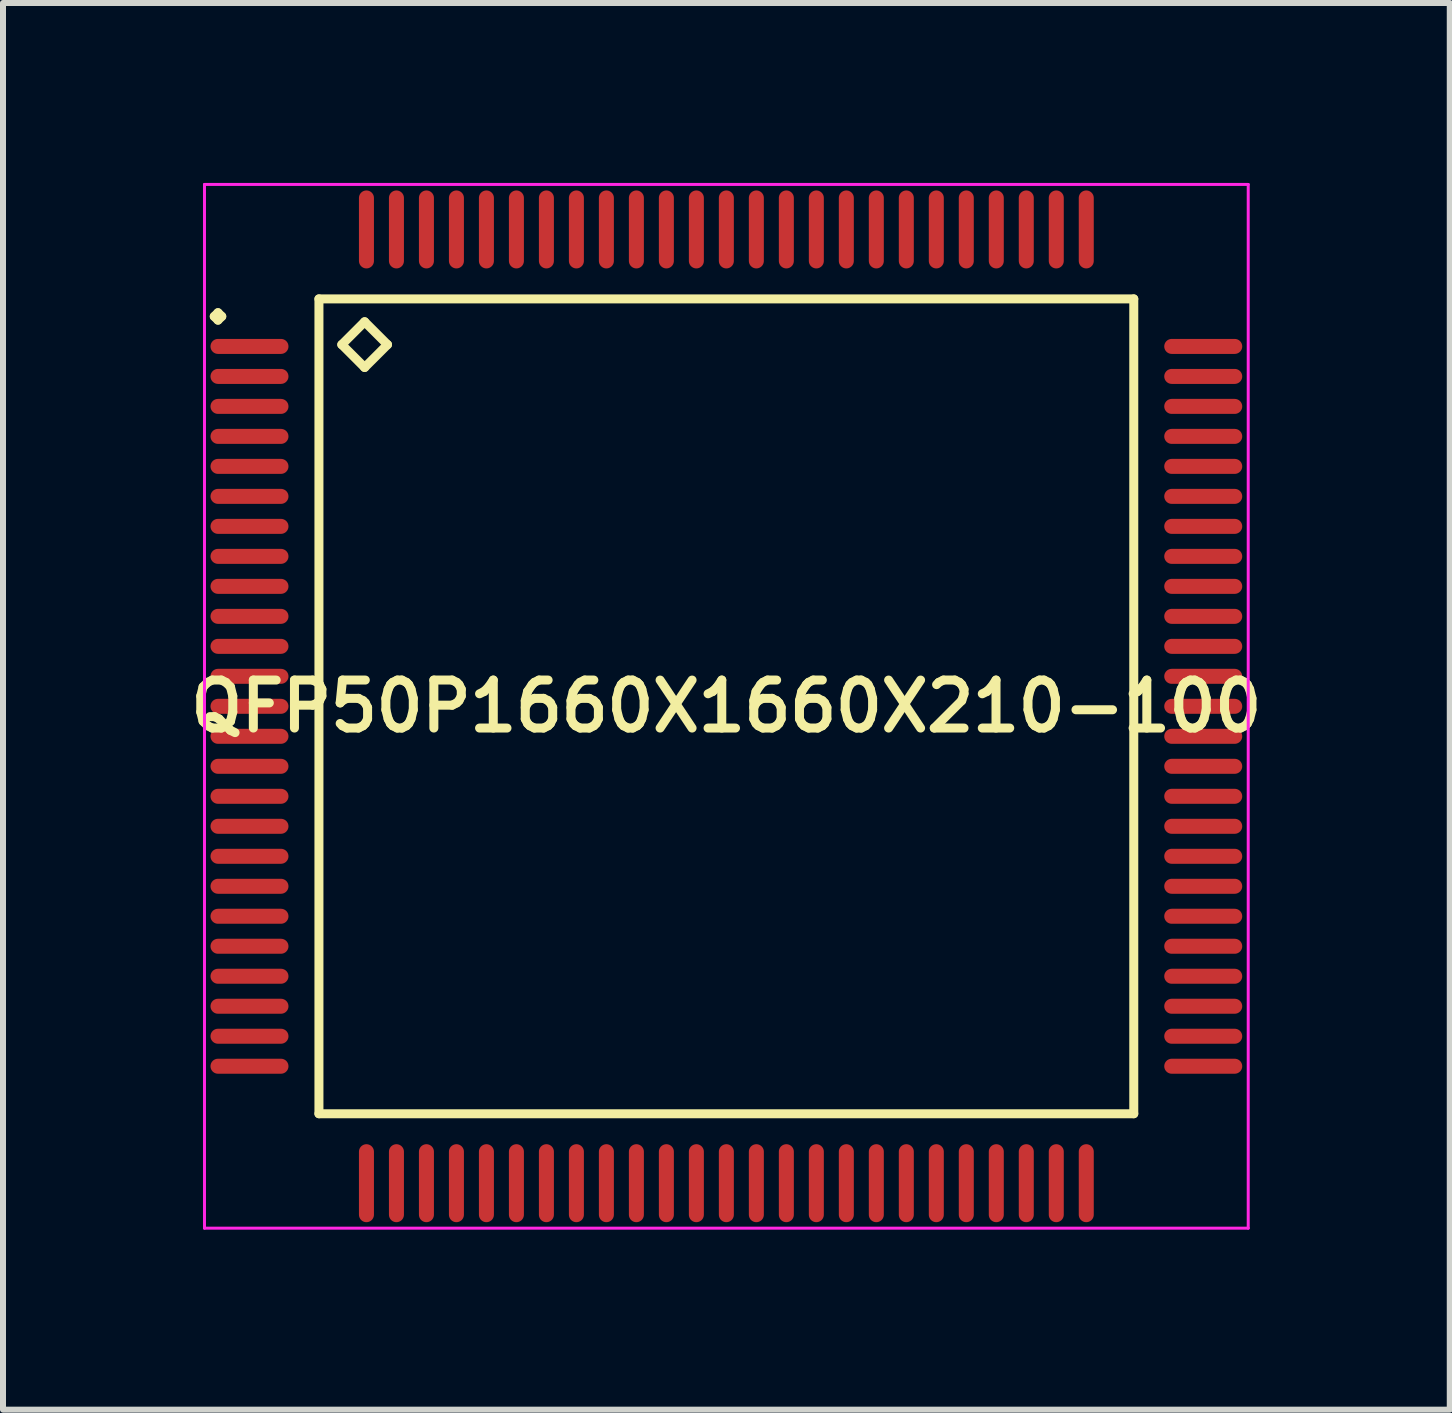
<source format=kicad_pcb>
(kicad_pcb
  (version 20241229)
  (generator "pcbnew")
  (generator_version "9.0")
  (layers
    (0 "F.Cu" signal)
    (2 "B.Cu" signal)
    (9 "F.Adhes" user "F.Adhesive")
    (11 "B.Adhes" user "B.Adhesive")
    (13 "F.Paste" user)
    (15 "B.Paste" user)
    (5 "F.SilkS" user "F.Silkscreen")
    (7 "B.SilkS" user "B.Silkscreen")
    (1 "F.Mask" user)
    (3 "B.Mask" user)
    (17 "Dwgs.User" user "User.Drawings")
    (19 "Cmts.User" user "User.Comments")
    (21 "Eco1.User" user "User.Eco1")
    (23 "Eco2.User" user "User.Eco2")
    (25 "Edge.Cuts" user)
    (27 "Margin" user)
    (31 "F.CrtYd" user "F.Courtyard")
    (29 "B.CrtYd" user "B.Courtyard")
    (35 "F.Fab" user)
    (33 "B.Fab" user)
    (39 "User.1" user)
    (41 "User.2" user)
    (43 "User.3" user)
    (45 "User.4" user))
  (footprint "QFP50P1660X1660X210-100"
    (layer "F.Cu")
    (at 9.059 8.725)
    (property "Reference" "QFP50P1660X1660X210-100" (at 0 0 0) (layer "F.SilkS") (effects (font (size 0.8 0.8) (thickness 0.15))))
    (attr smd)
    (fp_line (start -8.537 -6.5) (end -8.475 -6.562) (stroke (width 0.15) (type solid)) (layer "F.SilkS"))
    (fp_line (start -8.475 -6.562) (end -8.412 -6.5) (stroke (width 0.15) (type solid)) (layer "F.SilkS"))
    (fp_line (start -8.475 -6.438) (end -8.537 -6.5) (stroke (width 0.15) (type solid)) (layer "F.SilkS"))
    (fp_line (start -8.412 -6.5) (end -8.475 -6.438) (stroke (width 0.15) (type solid)) (layer "F.SilkS"))
    (fp_line (start -6.792 -6.792) (end -6.792 6.792) (stroke (width 0.15) (type solid)) (layer "F.SilkS"))
    (fp_line (start -6.792 6.792) (end 6.792 6.792) (stroke (width 0.15) (type solid)) (layer "F.SilkS"))
    (fp_line (start -6.411 -6.03) (end -6.03 -6.411) (stroke (width 0.15) (type solid)) (layer "F.SilkS"))
    (fp_line (start -6.03 -6.411) (end -5.649 -6.03) (stroke (width 0.15) (type solid)) (layer "F.SilkS"))
    (fp_line (start -6.03 -5.649) (end -6.411 -6.03) (stroke (width 0.15) (type solid)) (layer "F.SilkS"))
    (fp_line (start -5.649 -6.03) (end -6.03 -5.649) (stroke (width 0.15) (type solid)) (layer "F.SilkS"))
    (fp_line (start 6.792 -6.792) (end -6.792 -6.792) (stroke (width 0.15) (type solid)) (layer "F.SilkS"))
    (fp_line (start 6.792 6.792) (end 6.792 -6.792) (stroke (width 0.15) (type solid)) (layer "F.SilkS"))
    (fp_line (start -8.7 -8.7) (end 8.7 -8.7) (stroke (width 0.05) (type solid)) (layer "F.CrtYd"))
    (fp_line (start -8.7 8.7) (end -8.7 -8.7) (stroke (width 0.05) (type solid)) (layer "F.CrtYd"))
    (fp_line (start 8.7 -8.7) (end 8.7 8.7) (stroke (width 0.05) (type solid)) (layer "F.CrtYd"))
    (fp_line (start 8.7 8.7) (end -8.7 8.7) (stroke (width 0.05) (type solid)) (layer "F.CrtYd"))
    (pad "1" smd oval (at -7.95 -6) (size 1.3 0.25) (layers "F.Cu" "F.Mask" "F.Paste"))
    (pad "2" smd oval (at -7.95 -5.5) (size 1.3 0.25) (layers "F.Cu" "F.Mask" "F.Paste"))
    (pad "3" smd oval (at -7.95 -5) (size 1.3 0.25) (layers "F.Cu" "F.Mask" "F.Paste"))
    (pad "4" smd oval (at -7.95 -4.5) (size 1.3 0.25) (layers "F.Cu" "F.Mask" "F.Paste"))
    (pad "5" smd oval (at -7.95 -4) (size 1.3 0.25) (layers "F.Cu" "F.Mask" "F.Paste"))
    (pad "6" smd oval (at -7.95 -3.5) (size 1.3 0.25) (layers "F.Cu" "F.Mask" "F.Paste"))
    (pad "7" smd oval (at -7.95 -3) (size 1.3 0.25) (layers "F.Cu" "F.Mask" "F.Paste"))
    (pad "8" smd oval (at -7.95 -2.5) (size 1.3 0.25) (layers "F.Cu" "F.Mask" "F.Paste"))
    (pad "9" smd oval (at -7.95 -2) (size 1.3 0.25) (layers "F.Cu" "F.Mask" "F.Paste"))
    (pad "10" smd oval (at -7.95 -1.5) (size 1.3 0.25) (layers "F.Cu" "F.Mask" "F.Paste"))
    (pad "11" smd oval (at -7.95 -1) (size 1.3 0.25) (layers "F.Cu" "F.Mask" "F.Paste"))
    (pad "12" smd oval (at -7.95 -0.5) (size 1.3 0.25) (layers "F.Cu" "F.Mask" "F.Paste"))
    (pad "13" smd oval (at -7.95 0) (size 1.3 0.25) (layers "F.Cu" "F.Mask" "F.Paste"))
    (pad "14" smd oval (at -7.95 0.5) (size 1.3 0.25) (layers "F.Cu" "F.Mask" "F.Paste"))
    (pad "15" smd oval (at -7.95 1) (size 1.3 0.25) (layers "F.Cu" "F.Mask" "F.Paste"))
    (pad "16" smd oval (at -7.95 1.5) (size 1.3 0.25) (layers "F.Cu" "F.Mask" "F.Paste"))
    (pad "17" smd oval (at -7.95 2) (size 1.3 0.25) (layers "F.Cu" "F.Mask" "F.Paste"))
    (pad "18" smd oval (at -7.95 2.5) (size 1.3 0.25) (layers "F.Cu" "F.Mask" "F.Paste"))
    (pad "19" smd oval (at -7.95 3) (size 1.3 0.25) (layers "F.Cu" "F.Mask" "F.Paste"))
    (pad "20" smd oval (at -7.95 3.5) (size 1.3 0.25) (layers "F.Cu" "F.Mask" "F.Paste"))
    (pad "21" smd oval (at -7.95 4) (size 1.3 0.25) (layers "F.Cu" "F.Mask" "F.Paste"))
    (pad "22" smd oval (at -7.95 4.5) (size 1.3 0.25) (layers "F.Cu" "F.Mask" "F.Paste"))
    (pad "23" smd oval (at -7.95 5) (size 1.3 0.25) (layers "F.Cu" "F.Mask" "F.Paste"))
    (pad "24" smd oval (at -7.95 5.5) (size 1.3 0.25) (layers "F.Cu" "F.Mask" "F.Paste"))
    (pad "25" smd oval (at -7.95 6) (size 1.3 0.25) (layers "F.Cu" "F.Mask" "F.Paste"))
    (pad "26" smd oval (at -6 7.95) (size 0.25 1.3) (layers "F.Cu" "F.Mask" "F.Paste"))
    (pad "27" smd oval (at -5.5 7.95) (size 0.25 1.3) (layers "F.Cu" "F.Mask" "F.Paste"))
    (pad "28" smd oval (at -5 7.95) (size 0.25 1.3) (layers "F.Cu" "F.Mask" "F.Paste"))
    (pad "29" smd oval (at -4.5 7.95) (size 0.25 1.3) (layers "F.Cu" "F.Mask" "F.Paste"))
    (pad "30" smd oval (at -4 7.95) (size 0.25 1.3) (layers "F.Cu" "F.Mask" "F.Paste"))
    (pad "31" smd oval (at -3.5 7.95) (size 0.25 1.3) (layers "F.Cu" "F.Mask" "F.Paste"))
    (pad "32" smd oval (at -3 7.95) (size 0.25 1.3) (layers "F.Cu" "F.Mask" "F.Paste"))
    (pad "33" smd oval (at -2.5 7.95) (size 0.25 1.3) (layers "F.Cu" "F.Mask" "F.Paste"))
    (pad "34" smd oval (at -2 7.95) (size 0.25 1.3) (layers "F.Cu" "F.Mask" "F.Paste"))
    (pad "35" smd oval (at -1.5 7.95) (size 0.25 1.3) (layers "F.Cu" "F.Mask" "F.Paste"))
    (pad "36" smd oval (at -1 7.95) (size 0.25 1.3) (layers "F.Cu" "F.Mask" "F.Paste"))
    (pad "37" smd oval (at -0.5 7.95) (size 0.25 1.3) (layers "F.Cu" "F.Mask" "F.Paste"))
    (pad "38" smd oval (at 0 7.95) (size 0.25 1.3) (layers "F.Cu" "F.Mask" "F.Paste"))
    (pad "39" smd oval (at 0.5 7.95) (size 0.25 1.3) (layers "F.Cu" "F.Mask" "F.Paste"))
    (pad "40" smd oval (at 1 7.95) (size 0.25 1.3) (layers "F.Cu" "F.Mask" "F.Paste"))
    (pad "41" smd oval (at 1.5 7.95) (size 0.25 1.3) (layers "F.Cu" "F.Mask" "F.Paste"))
    (pad "42" smd oval (at 2 7.95) (size 0.25 1.3) (layers "F.Cu" "F.Mask" "F.Paste"))
    (pad "43" smd oval (at 2.5 7.95) (size 0.25 1.3) (layers "F.Cu" "F.Mask" "F.Paste"))
    (pad "44" smd oval (at 3 7.95) (size 0.25 1.3) (layers "F.Cu" "F.Mask" "F.Paste"))
    (pad "45" smd oval (at 3.5 7.95) (size 0.25 1.3) (layers "F.Cu" "F.Mask" "F.Paste"))
    (pad "46" smd oval (at 4 7.95) (size 0.25 1.3) (layers "F.Cu" "F.Mask" "F.Paste"))
    (pad "47" smd oval (at 4.5 7.95) (size 0.25 1.3) (layers "F.Cu" "F.Mask" "F.Paste"))
    (pad "48" smd oval (at 5 7.95) (size 0.25 1.3) (layers "F.Cu" "F.Mask" "F.Paste"))
    (pad "49" smd oval (at 5.5 7.95) (size 0.25 1.3) (layers "F.Cu" "F.Mask" "F.Paste"))
    (pad "50" smd oval (at 6 7.95) (size 0.25 1.3) (layers "F.Cu" "F.Mask" "F.Paste"))
    (pad "51" smd oval (at 7.95 6) (size 1.3 0.25) (layers "F.Cu" "F.Mask" "F.Paste"))
    (pad "52" smd oval (at 7.95 5.5) (size 1.3 0.25) (layers "F.Cu" "F.Mask" "F.Paste"))
    (pad "53" smd oval (at 7.95 5) (size 1.3 0.25) (layers "F.Cu" "F.Mask" "F.Paste"))
    (pad "54" smd oval (at 7.95 4.5) (size 1.3 0.25) (layers "F.Cu" "F.Mask" "F.Paste"))
    (pad "55" smd oval (at 7.95 4) (size 1.3 0.25) (layers "F.Cu" "F.Mask" "F.Paste"))
    (pad "56" smd oval (at 7.95 3.5) (size 1.3 0.25) (layers "F.Cu" "F.Mask" "F.Paste"))
    (pad "57" smd oval (at 7.95 3) (size 1.3 0.25) (layers "F.Cu" "F.Mask" "F.Paste"))
    (pad "58" smd oval (at 7.95 2.5) (size 1.3 0.25) (layers "F.Cu" "F.Mask" "F.Paste"))
    (pad "59" smd oval (at 7.95 2) (size 1.3 0.25) (layers "F.Cu" "F.Mask" "F.Paste"))
    (pad "60" smd oval (at 7.95 1.5) (size 1.3 0.25) (layers "F.Cu" "F.Mask" "F.Paste"))
    (pad "61" smd oval (at 7.95 1) (size 1.3 0.25) (layers "F.Cu" "F.Mask" "F.Paste"))
    (pad "62" smd oval (at 7.95 0.5) (size 1.3 0.25) (layers "F.Cu" "F.Mask" "F.Paste"))
    (pad "63" smd oval (at 7.95 0) (size 1.3 0.25) (layers "F.Cu" "F.Mask" "F.Paste"))
    (pad "64" smd oval (at 7.95 -0.5) (size 1.3 0.25) (layers "F.Cu" "F.Mask" "F.Paste"))
    (pad "65" smd oval (at 7.95 -1) (size 1.3 0.25) (layers "F.Cu" "F.Mask" "F.Paste"))
    (pad "66" smd oval (at 7.95 -1.5) (size 1.3 0.25) (layers "F.Cu" "F.Mask" "F.Paste"))
    (pad "67" smd oval (at 7.95 -2) (size 1.3 0.25) (layers "F.Cu" "F.Mask" "F.Paste"))
    (pad "68" smd oval (at 7.95 -2.5) (size 1.3 0.25) (layers "F.Cu" "F.Mask" "F.Paste"))
    (pad "69" smd oval (at 7.95 -3) (size 1.3 0.25) (layers "F.Cu" "F.Mask" "F.Paste"))
    (pad "70" smd oval (at 7.95 -3.5) (size 1.3 0.25) (layers "F.Cu" "F.Mask" "F.Paste"))
    (pad "71" smd oval (at 7.95 -4) (size 1.3 0.25) (layers "F.Cu" "F.Mask" "F.Paste"))
    (pad "72" smd oval (at 7.95 -4.5) (size 1.3 0.25) (layers "F.Cu" "F.Mask" "F.Paste"))
    (pad "73" smd oval (at 7.95 -5) (size 1.3 0.25) (layers "F.Cu" "F.Mask" "F.Paste"))
    (pad "74" smd oval (at 7.95 -5.5) (size 1.3 0.25) (layers "F.Cu" "F.Mask" "F.Paste"))
    (pad "75" smd oval (at 7.95 -6) (size 1.3 0.25) (layers "F.Cu" "F.Mask" "F.Paste"))
    (pad "76" smd oval (at 6 -7.95) (size 0.25 1.3) (layers "F.Cu" "F.Mask" "F.Paste"))
    (pad "77" smd oval (at 5.5 -7.95) (size 0.25 1.3) (layers "F.Cu" "F.Mask" "F.Paste"))
    (pad "78" smd oval (at 5 -7.95) (size 0.25 1.3) (layers "F.Cu" "F.Mask" "F.Paste"))
    (pad "79" smd oval (at 4.5 -7.95) (size 0.25 1.3) (layers "F.Cu" "F.Mask" "F.Paste"))
    (pad "80" smd oval (at 4 -7.95) (size 0.25 1.3) (layers "F.Cu" "F.Mask" "F.Paste"))
    (pad "81" smd oval (at 3.5 -7.95) (size 0.25 1.3) (layers "F.Cu" "F.Mask" "F.Paste"))
    (pad "82" smd oval (at 3 -7.95) (size 0.25 1.3) (layers "F.Cu" "F.Mask" "F.Paste"))
    (pad "83" smd oval (at 2.5 -7.95) (size 0.25 1.3) (layers "F.Cu" "F.Mask" "F.Paste"))
    (pad "84" smd oval (at 2 -7.95) (size 0.25 1.3) (layers "F.Cu" "F.Mask" "F.Paste"))
    (pad "85" smd oval (at 1.5 -7.95) (size 0.25 1.3) (layers "F.Cu" "F.Mask" "F.Paste"))
    (pad "86" smd oval (at 1 -7.95) (size 0.25 1.3) (layers "F.Cu" "F.Mask" "F.Paste"))
    (pad "87" smd oval (at 0.5 -7.95) (size 0.25 1.3) (layers "F.Cu" "F.Mask" "F.Paste"))
    (pad "88" smd oval (at 0 -7.95) (size 0.25 1.3) (layers "F.Cu" "F.Mask" "F.Paste"))
    (pad "89" smd oval (at -0.5 -7.95) (size 0.25 1.3) (layers "F.Cu" "F.Mask" "F.Paste"))
    (pad "90" smd oval (at -1 -7.95) (size 0.25 1.3) (layers "F.Cu" "F.Mask" "F.Paste"))
    (pad "91" smd oval (at -1.5 -7.95) (size 0.25 1.3) (layers "F.Cu" "F.Mask" "F.Paste"))
    (pad "92" smd oval (at -2 -7.95) (size 0.25 1.3) (layers "F.Cu" "F.Mask" "F.Paste"))
    (pad "93" smd oval (at -2.5 -7.95) (size 0.25 1.3) (layers "F.Cu" "F.Mask" "F.Paste"))
    (pad "94" smd oval (at -3 -7.95) (size 0.25 1.3) (layers "F.Cu" "F.Mask" "F.Paste"))
    (pad "95" smd oval (at -3.5 -7.95) (size 0.25 1.3) (layers "F.Cu" "F.Mask" "F.Paste"))
    (pad "96" smd oval (at -4 -7.95) (size 0.25 1.3) (layers "F.Cu" "F.Mask" "F.Paste"))
    (pad "97" smd oval (at -4.5 -7.95) (size 0.25 1.3) (layers "F.Cu" "F.Mask" "F.Paste"))
    (pad "98" smd oval (at -5 -7.95) (size 0.25 1.3) (layers "F.Cu" "F.Mask" "F.Paste"))
    (pad "99" smd oval (at -5.5 -7.95) (size 0.25 1.3) (layers "F.Cu" "F.Mask" "F.Paste"))
    (pad "100" smd oval (at -6 -7.95) (size 0.25 1.3) (layers "F.Cu" "F.Mask" "F.Paste")))
  (gr_rect
    (start -3 -3)
    (end 21.119 20.45)
    (stroke (width 0.1) (type default))
    (fill no)
    (layer "Edge.Cuts")))
</source>
